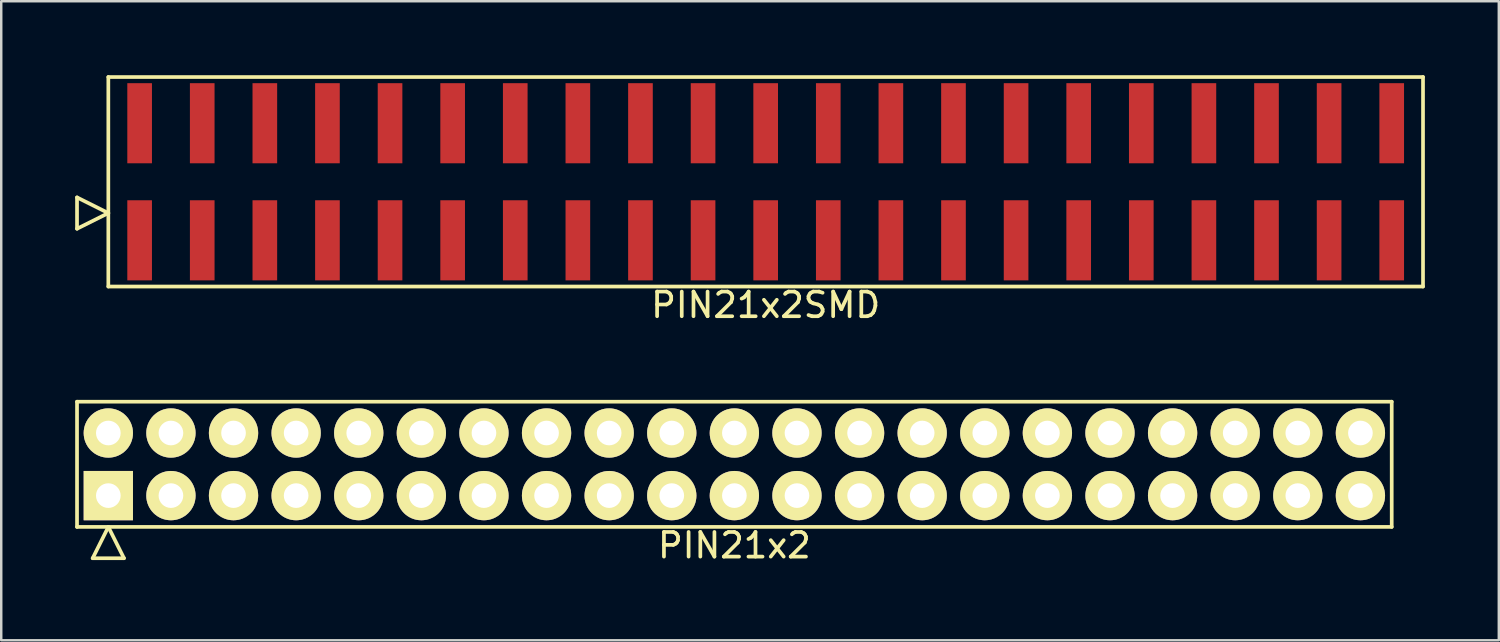
<source format=kicad_pcb>
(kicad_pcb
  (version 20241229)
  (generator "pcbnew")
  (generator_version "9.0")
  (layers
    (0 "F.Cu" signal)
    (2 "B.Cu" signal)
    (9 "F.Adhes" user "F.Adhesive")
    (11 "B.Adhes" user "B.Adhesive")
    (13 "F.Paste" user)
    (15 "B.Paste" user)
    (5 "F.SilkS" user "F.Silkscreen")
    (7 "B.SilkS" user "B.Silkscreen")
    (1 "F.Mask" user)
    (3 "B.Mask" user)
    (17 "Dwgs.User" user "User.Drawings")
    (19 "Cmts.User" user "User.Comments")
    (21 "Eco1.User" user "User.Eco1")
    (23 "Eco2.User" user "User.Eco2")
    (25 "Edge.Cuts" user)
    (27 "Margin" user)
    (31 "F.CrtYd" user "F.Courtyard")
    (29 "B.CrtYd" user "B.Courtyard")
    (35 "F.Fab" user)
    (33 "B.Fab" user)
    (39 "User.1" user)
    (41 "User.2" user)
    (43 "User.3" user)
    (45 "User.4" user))
  (footprint "PIN21x2SMD"
    (layer "F.Cu")
    (at 28.015 4.325)
    (property "Reference" "PIN21x2SMD" (at 0 5 0) (layer "F.SilkS") (effects (font (size 1 1) (thickness 0.15))))
    (attr through_hole)
    (fp_line (start -27.94 1.905) (end -27.94 0.635) (stroke (width 0.15) (type solid)) (layer "F.SilkS"))
    (fp_line (start -26.67 -4.25) (end -26.67 4.25) (stroke (width 0.15) (type solid)) (layer "F.SilkS"))
    (fp_line (start -26.67 1.27) (end -27.94 0.635) (stroke (width 0.15) (type solid)) (layer "F.SilkS"))
    (fp_line (start -26.67 1.27) (end -27.94 1.905) (stroke (width 0.15) (type solid)) (layer "F.SilkS"))
    (fp_line (start -26.67 4.25) (end 26.67 4.25) (stroke (width 0.15) (type solid)) (layer "F.SilkS"))
    (fp_line (start 26.67 -4.25) (end -26.67 -4.25) (stroke (width 0.15) (type solid)) (layer "F.SilkS"))
    (fp_line (start 26.67 4.25) (end 26.67 -4.25) (stroke (width 0.15) (type solid)) (layer "F.SilkS"))
    (pad "1" smd rect (at -25.4 2.375) (size 1 3.25) (layers "F.Cu" "F.Mask" "F.Paste"))
    (pad "2" smd rect (at -25.4 -2.375) (size 1 3.25) (layers "F.Cu" "F.Mask" "F.Paste"))
    (pad "3" smd rect (at -22.86 2.375) (size 1 3.25) (layers "F.Cu" "F.Mask" "F.Paste"))
    (pad "4" smd rect (at -22.86 -2.375) (size 1 3.25) (layers "F.Cu" "F.Mask" "F.Paste"))
    (pad "5" smd rect (at -20.32 2.375) (size 1 3.25) (layers "F.Cu" "F.Mask" "F.Paste"))
    (pad "6" smd rect (at -20.32 -2.375) (size 1 3.25) (layers "F.Cu" "F.Mask" "F.Paste"))
    (pad "7" smd rect (at -17.78 2.375) (size 1 3.25) (layers "F.Cu" "F.Mask" "F.Paste"))
    (pad "8" smd rect (at -17.78 -2.375) (size 1 3.25) (layers "F.Cu" "F.Mask" "F.Paste"))
    (pad "9" smd rect (at -15.24 2.375) (size 1 3.25) (layers "F.Cu" "F.Mask" "F.Paste"))
    (pad "10" smd rect (at -15.24 -2.375) (size 1 3.25) (layers "F.Cu" "F.Mask" "F.Paste"))
    (pad "11" smd rect (at -12.7 2.375) (size 1 3.25) (layers "F.Cu" "F.Mask" "F.Paste"))
    (pad "12" smd rect (at -12.7 -2.375) (size 1 3.25) (layers "F.Cu" "F.Mask" "F.Paste"))
    (pad "13" smd rect (at -10.16 2.375) (size 1 3.25) (layers "F.Cu" "F.Mask" "F.Paste"))
    (pad "14" smd rect (at -10.16 -2.375) (size 1 3.25) (layers "F.Cu" "F.Mask" "F.Paste"))
    (pad "15" smd rect (at -7.62 2.375) (size 1 3.25) (layers "F.Cu" "F.Mask" "F.Paste"))
    (pad "16" smd rect (at -7.62 -2.375) (size 1 3.25) (layers "F.Cu" "F.Mask" "F.Paste"))
    (pad "17" smd rect (at -5.08 2.375) (size 1 3.25) (layers "F.Cu" "F.Mask" "F.Paste"))
    (pad "18" smd rect (at -5.08 -2.375) (size 1 3.25) (layers "F.Cu" "F.Mask" "F.Paste"))
    (pad "19" smd rect (at -2.54 2.375) (size 1 3.25) (layers "F.Cu" "F.Mask" "F.Paste"))
    (pad "20" smd rect (at -2.54 -2.375) (size 1 3.25) (layers "F.Cu" "F.Mask" "F.Paste"))
    (pad "21" smd rect (at 0 2.375) (size 1 3.25) (layers "F.Cu" "F.Mask" "F.Paste"))
    (pad "22" smd rect (at 0 -2.375) (size 1 3.25) (layers "F.Cu" "F.Mask" "F.Paste"))
    (pad "23" smd rect (at 2.54 2.375) (size 1 3.25) (layers "F.Cu" "F.Mask" "F.Paste"))
    (pad "24" smd rect (at 2.54 -2.375) (size 1 3.25) (layers "F.Cu" "F.Mask" "F.Paste"))
    (pad "25" smd rect (at 5.08 2.375) (size 1 3.25) (layers "F.Cu" "F.Mask" "F.Paste"))
    (pad "26" smd rect (at 5.08 -2.375) (size 1 3.25) (layers "F.Cu" "F.Mask" "F.Paste"))
    (pad "27" smd rect (at 7.62 2.375) (size 1 3.25) (layers "F.Cu" "F.Mask" "F.Paste"))
    (pad "28" smd rect (at 7.62 -2.375) (size 1 3.25) (layers "F.Cu" "F.Mask" "F.Paste"))
    (pad "29" smd rect (at 10.16 2.375) (size 1 3.25) (layers "F.Cu" "F.Mask" "F.Paste"))
    (pad "30" smd rect (at 10.16 -2.375) (size 1 3.25) (layers "F.Cu" "F.Mask" "F.Paste"))
    (pad "31" smd rect (at 12.7 2.375) (size 1 3.25) (layers "F.Cu" "F.Mask" "F.Paste"))
    (pad "32" smd rect (at 12.7 -2.375) (size 1 3.25) (layers "F.Cu" "F.Mask" "F.Paste"))
    (pad "33" smd rect (at 15.24 2.375) (size 1 3.25) (layers "F.Cu" "F.Mask" "F.Paste"))
    (pad "34" smd rect (at 15.24 -2.375) (size 1 3.25) (layers "F.Cu" "F.Mask" "F.Paste"))
    (pad "35" smd rect (at 17.78 2.375) (size 1 3.25) (layers "F.Cu" "F.Mask" "F.Paste"))
    (pad "36" smd rect (at 17.78 -2.375) (size 1 3.25) (layers "F.Cu" "F.Mask" "F.Paste"))
    (pad "37" smd rect (at 20.32 2.375) (size 1 3.25) (layers "F.Cu" "F.Mask" "F.Paste"))
    (pad "38" smd rect (at 20.32 -2.375) (size 1 3.25) (layers "F.Cu" "F.Mask" "F.Paste"))
    (pad "39" smd rect (at 22.86 2.375) (size 1 3.25) (layers "F.Cu" "F.Mask" "F.Paste"))
    (pad "40" smd rect (at 22.86 -2.375) (size 1 3.25) (layers "F.Cu" "F.Mask" "F.Paste"))
    (pad "41" smd rect (at 25.4 2.375) (size 1 3.25) (layers "F.Cu" "F.Mask" "F.Paste"))
    (pad "42" smd rect (at 25.4 -2.375) (size 1 3.25) (layers "F.Cu" "F.Mask" "F.Paste")))
  (footprint "PIN21x2"
    (layer "F.Cu")
    (at 26.745 15.788)
    (property "Reference" "PIN21x2" (at 0 3.29 0) (layer "F.SilkS") (effects (font (size 1 1) (thickness 0.15))))
    (attr through_hole)
    (fp_line (start -26.67 -2.54) (end -26.67 2.54) (stroke (width 0.15) (type solid)) (layer "F.SilkS"))
    (fp_line (start -26.67 2.54) (end 26.67 2.54) (stroke (width 0.15) (type solid)) (layer "F.SilkS"))
    (fp_line (start -26.035 3.81) (end -25.4 2.54) (stroke (width 0.15) (type solid)) (layer "F.SilkS"))
    (fp_line (start -26.035 3.81) (end -24.765 3.81) (stroke (width 0.15) (type solid)) (layer "F.SilkS"))
    (fp_line (start -24.765 3.81) (end -25.4 2.54) (stroke (width 0.15) (type solid)) (layer "F.SilkS"))
    (fp_line (start 26.67 -2.54) (end -26.67 -2.54) (stroke (width 0.15) (type solid)) (layer "F.SilkS"))
    (fp_line (start 26.67 2.54) (end 26.67 -2.54) (stroke (width 0.15) (type solid)) (layer "F.SilkS"))
    (pad "1" thru_hole rect (at -25.4 1.27) (size 2 2) (drill 1) (layers "*.Cu" "*.Mask" "F.SilkS"))
    (pad "2" thru_hole oval (at -25.4 -1.27) (size 2 2) (drill 1) (layers "*.Cu" "*.Mask" "F.SilkS"))
    (pad "3" thru_hole oval (at -22.86 1.27) (size 2 2) (drill 1) (layers "*.Cu" "*.Mask" "F.SilkS"))
    (pad "4" thru_hole oval (at -22.86 -1.27) (size 2 2) (drill 1) (layers "*.Cu" "*.Mask" "F.SilkS"))
    (pad "5" thru_hole oval (at -20.32 1.27) (size 2 2) (drill 1) (layers "*.Cu" "*.Mask" "F.SilkS"))
    (pad "6" thru_hole oval (at -20.32 -1.27) (size 2 2) (drill 1) (layers "*.Cu" "*.Mask" "F.SilkS"))
    (pad "7" thru_hole oval (at -17.78 1.27) (size 2 2) (drill 1) (layers "*.Cu" "*.Mask" "F.SilkS"))
    (pad "8" thru_hole oval (at -17.78 -1.27) (size 2 2) (drill 1) (layers "*.Cu" "*.Mask" "F.SilkS"))
    (pad "9" thru_hole oval (at -15.24 1.27) (size 2 2) (drill 1) (layers "*.Cu" "*.Mask" "F.SilkS"))
    (pad "10" thru_hole oval (at -15.24 -1.27) (size 2 2) (drill 1) (layers "*.Cu" "*.Mask" "F.SilkS"))
    (pad "11" thru_hole oval (at -12.7 1.27) (size 2 2) (drill 1) (layers "*.Cu" "*.Mask" "F.SilkS"))
    (pad "12" thru_hole oval (at -12.7 -1.27) (size 2 2) (drill 1) (layers "*.Cu" "*.Mask" "F.SilkS"))
    (pad "13" thru_hole oval (at -10.16 1.27) (size 2 2) (drill 1) (layers "*.Cu" "*.Mask" "F.SilkS"))
    (pad "14" thru_hole oval (at -10.16 -1.27) (size 2 2) (drill 1) (layers "*.Cu" "*.Mask" "F.SilkS"))
    (pad "15" thru_hole oval (at -7.62 1.27) (size 2 2) (drill 1) (layers "*.Cu" "*.Mask" "F.SilkS"))
    (pad "16" thru_hole oval (at -7.62 -1.27) (size 2 2) (drill 1) (layers "*.Cu" "*.Mask" "F.SilkS"))
    (pad "17" thru_hole oval (at -5.08 1.27) (size 2 2) (drill 1) (layers "*.Cu" "*.Mask" "F.SilkS"))
    (pad "18" thru_hole oval (at -5.08 -1.27) (size 2 2) (drill 1) (layers "*.Cu" "*.Mask" "F.SilkS"))
    (pad "19" thru_hole oval (at -2.54 1.27) (size 2 2) (drill 1) (layers "*.Cu" "*.Mask" "F.SilkS"))
    (pad "20" thru_hole oval (at -2.54 -1.27) (size 2 2) (drill 1) (layers "*.Cu" "*.Mask" "F.SilkS"))
    (pad "21" thru_hole oval (at 0 1.27) (size 2 2) (drill 1) (layers "*.Cu" "*.Mask" "F.SilkS"))
    (pad "22" thru_hole oval (at 0 -1.27) (size 2 2) (drill 1) (layers "*.Cu" "*.Mask" "F.SilkS"))
    (pad "23" thru_hole oval (at 2.54 1.27) (size 2 2) (drill 1) (layers "*.Cu" "*.Mask" "F.SilkS"))
    (pad "24" thru_hole oval (at 2.54 -1.27) (size 2 2) (drill 1) (layers "*.Cu" "*.Mask" "F.SilkS"))
    (pad "25" thru_hole oval (at 5.08 1.27) (size 2 2) (drill 1) (layers "*.Cu" "*.Mask" "F.SilkS"))
    (pad "26" thru_hole oval (at 5.08 -1.27) (size 2 2) (drill 1) (layers "*.Cu" "*.Mask" "F.SilkS"))
    (pad "27" thru_hole oval (at 7.62 1.27) (size 2 2) (drill 1) (layers "*.Cu" "*.Mask" "F.SilkS"))
    (pad "28" thru_hole oval (at 7.62 -1.27) (size 2 2) (drill 1) (layers "*.Cu" "*.Mask" "F.SilkS"))
    (pad "29" thru_hole oval (at 10.16 1.27) (size 2 2) (drill 1) (layers "*.Cu" "*.Mask" "F.SilkS"))
    (pad "30" thru_hole oval (at 10.16 -1.27) (size 2 2) (drill 1) (layers "*.Cu" "*.Mask" "F.SilkS"))
    (pad "31" thru_hole oval (at 12.7 1.27) (size 2 2) (drill 1) (layers "*.Cu" "*.Mask" "F.SilkS"))
    (pad "32" thru_hole oval (at 12.7 -1.27) (size 2 2) (drill 1) (layers "*.Cu" "*.Mask" "F.SilkS"))
    (pad "33" thru_hole oval (at 15.24 1.27) (size 2 2) (drill 1) (layers "*.Cu" "*.Mask" "F.SilkS"))
    (pad "34" thru_hole oval (at 15.24 -1.27) (size 2 2) (drill 1) (layers "*.Cu" "*.Mask" "F.SilkS"))
    (pad "35" thru_hole oval (at 17.78 1.27) (size 2 2) (drill 1) (layers "*.Cu" "*.Mask" "F.SilkS"))
    (pad "36" thru_hole oval (at 17.78 -1.27) (size 2 2) (drill 1) (layers "*.Cu" "*.Mask" "F.SilkS"))
    (pad "37" thru_hole oval (at 20.32 1.27) (size 2 2) (drill 1) (layers "*.Cu" "*.Mask" "F.SilkS"))
    (pad "38" thru_hole oval (at 20.32 -1.27) (size 2 2) (drill 1) (layers "*.Cu" "*.Mask" "F.SilkS"))
    (pad "39" thru_hole oval (at 22.86 1.27) (size 2 2) (drill 1) (layers "*.Cu" "*.Mask" "F.SilkS"))
    (pad "40" thru_hole oval (at 22.86 -1.27) (size 2 2) (drill 1) (layers "*.Cu" "*.Mask" "F.SilkS"))
    (pad "41" thru_hole oval (at 25.4 1.27) (size 2 2) (drill 1) (layers "*.Cu" "*.Mask" "F.SilkS"))
    (pad "42" thru_hole oval (at 25.4 -1.27) (size 2 2) (drill 1) (layers "*.Cu" "*.Mask" "F.SilkS")))
  (gr_rect
    (start -3 -3)
    (end 57.76 22.927)
    (stroke (width 0.1) (type default))
    (fill no)
    (layer "Edge.Cuts")))
</source>
